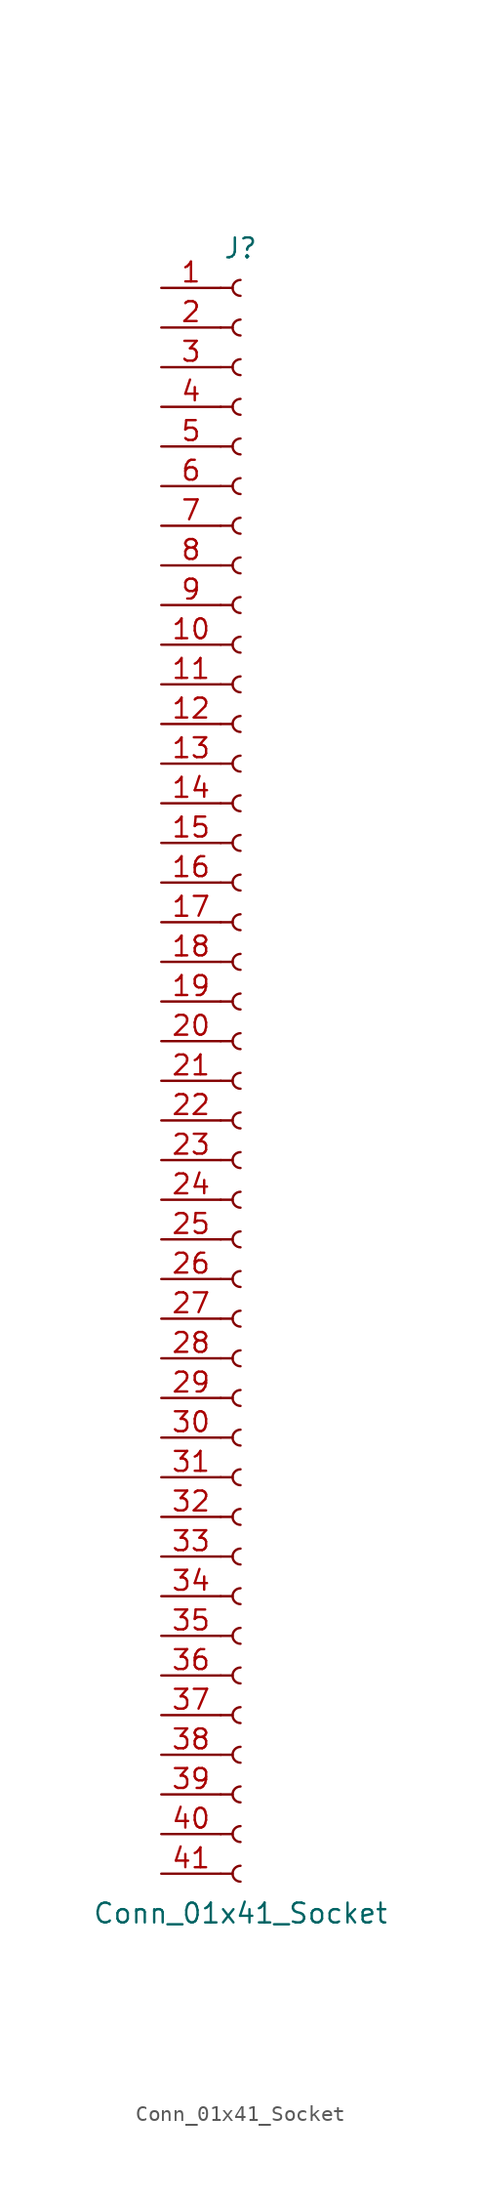
<source format=kicad_sym>
(kicad_symbol_lib
  (version 20220914)
  (generator kicad_symbol_editor)
  (symbol "Conn_01x41_Socket"
    (pin_names
      (offset 1.016) hide)
    (property "Reference" "J"
      (at 0 53.34 0)
      (effects (font (size 1.27 1.27))))
    (property "Value" "Conn_01x41_Socket"
      (at 0 -53.34 0)
      (effects (font (size 1.27 1.27))))
    (property "ki_locked" ""
      (at 0 0 0)
      (effects (font (size 1.27 1.27))))
    (symbol "Conn_01x41_Socket_1_1"
      (arc (start 0 -50.292) (mid -0.5058 -50.8) (end 0 -51.308) (stroke (width 0.1524) (type default)) (fill (type none)))
      (arc (start 0 -47.752) (mid -0.5058 -48.26) (end 0 -48.768) (stroke (width 0.1524) (type default)) (fill (type none)))
      (arc (start 0 -45.212) (mid -0.5058 -45.72) (end 0 -46.228) (stroke (width 0.1524) (type default)) (fill (type none)))
      (arc (start 0 -42.672) (mid -0.5058 -43.18) (end 0 -43.688) (stroke (width 0.1524) (type default)) (fill (type none)))
      (arc (start 0 -40.132) (mid -0.5058 -40.64) (end 0 -41.148) (stroke (width 0.1524) (type default)) (fill (type none)))
      (arc (start 0 -37.592) (mid -0.5058 -38.1) (end 0 -38.608) (stroke (width 0.1524) (type default)) (fill (type none)))
      (arc (start 0 -35.052) (mid -0.5058 -35.56) (end 0 -36.068) (stroke (width 0.1524) (type default)) (fill (type none)))
      (arc (start 0 -32.512) (mid -0.5058 -33.02) (end 0 -33.528) (stroke (width 0.1524) (type default)) (fill (type none)))
      (arc (start 0 -29.972) (mid -0.5058 -30.48) (end 0 -30.988) (stroke (width 0.1524) (type default)) (fill (type none)))
      (arc (start 0 -27.432) (mid -0.5058 -27.94) (end 0 -28.448) (stroke (width 0.1524) (type default)) (fill (type none)))
      (arc (start 0 -24.892) (mid -0.5058 -25.4) (end 0 -25.908) (stroke (width 0.1524) (type default)) (fill (type none)))
      (arc (start 0 -22.352) (mid -0.5058 -22.86) (end 0 -23.368) (stroke (width 0.1524) (type default)) (fill (type none)))
      (arc (start 0 -19.812) (mid -0.5058 -20.32) (end 0 -20.828) (stroke (width 0.1524) (type default)) (fill (type none)))
      (arc (start 0 -17.272) (mid -0.5058 -17.78) (end 0 -18.288) (stroke (width 0.1524) (type default)) (fill (type none)))
      (arc (start 0 -14.732) (mid -0.5058 -15.24) (end 0 -15.748) (stroke (width 0.1524) (type default)) (fill (type none)))
      (arc (start 0 -12.192) (mid -0.5058 -12.7) (end 0 -13.208) (stroke (width 0.1524) (type default)) (fill (type none)))
      (arc (start 0 -9.652) (mid -0.5058 -10.16) (end 0 -10.668) (stroke (width 0.1524) (type default)) (fill (type none)))
      (arc (start 0 -7.112) (mid -0.5058 -7.62) (end 0 -8.128) (stroke (width 0.1524) (type default)) (fill (type none)))
      (arc (start 0 -4.572) (mid -0.5058 -5.08) (end 0 -5.588) (stroke (width 0.1524) (type default)) (fill (type none)))
      (arc (start 0 -2.032) (mid -0.5058 -2.54) (end 0 -3.048) (stroke (width 0.1524) (type default)) (fill (type none)))
      (polyline (pts (xy -1.27 -50.8) (xy -0.508 -50.8)) (stroke (width 0.152) (type default)) (fill (type none)))
      (polyline (pts (xy -1.27 -48.26) (xy -0.508 -48.26)) (stroke (width 0.152) (type default)) (fill (type none)))
      (polyline (pts (xy -1.27 -45.72) (xy -0.508 -45.72)) (stroke (width 0.152) (type default)) (fill (type none)))
      (polyline (pts (xy -1.27 -43.18) (xy -0.508 -43.18)) (stroke (width 0.152) (type default)) (fill (type none)))
      (polyline (pts (xy -1.27 -40.64) (xy -0.508 -40.64)) (stroke (width 0.152) (type default)) (fill (type none)))
      (polyline (pts (xy -1.27 -38.1) (xy -0.508 -38.1)) (stroke (width 0.152) (type default)) (fill (type none)))
      (polyline (pts (xy -1.27 -35.56) (xy -0.508 -35.56)) (stroke (width 0.152) (type default)) (fill (type none)))
      (polyline (pts (xy -1.27 -33.02) (xy -0.508 -33.02)) (stroke (width 0.152) (type default)) (fill (type none)))
      (polyline (pts (xy -1.27 -30.48) (xy -0.508 -30.48)) (stroke (width 0.152) (type default)) (fill (type none)))
      (polyline (pts (xy -1.27 -27.94) (xy -0.508 -27.94)) (stroke (width 0.152) (type default)) (fill (type none)))
      (polyline (pts (xy -1.27 -25.4) (xy -0.508 -25.4)) (stroke (width 0.152) (type default)) (fill (type none)))
      (polyline (pts (xy -1.27 -22.86) (xy -0.508 -22.86)) (stroke (width 0.152) (type default)) (fill (type none)))
      (polyline (pts (xy -1.27 -20.32) (xy -0.508 -20.32)) (stroke (width 0.152) (type default)) (fill (type none)))
      (polyline (pts (xy -1.27 -17.78) (xy -0.508 -17.78)) (stroke (width 0.152) (type default)) (fill (type none)))
      (polyline (pts (xy -1.27 -15.24) (xy -0.508 -15.24)) (stroke (width 0.152) (type default)) (fill (type none)))
      (polyline (pts (xy -1.27 -12.7) (xy -0.508 -12.7)) (stroke (width 0.152) (type default)) (fill (type none)))
      (polyline (pts (xy -1.27 -10.16) (xy -0.508 -10.16)) (stroke (width 0.152) (type default)) (fill (type none)))
      (polyline (pts (xy -1.27 -7.62) (xy -0.508 -7.62)) (stroke (width 0.152) (type default)) (fill (type none)))
      (polyline (pts (xy -1.27 -5.08) (xy -0.508 -5.08)) (stroke (width 0.152) (type default)) (fill (type none)))
      (polyline (pts (xy -1.27 -2.54) (xy -0.508 -2.54)) (stroke (width 0.152) (type default)) (fill (type none)))
      (polyline (pts (xy -1.27 0) (xy -0.508 0)) (stroke (width 0.152) (type default)) (fill (type none)))
      (polyline (pts (xy -1.27 2.54) (xy -0.508 2.54)) (stroke (width 0.152) (type default)) (fill (type none)))
      (polyline (pts (xy -1.27 5.08) (xy -0.508 5.08)) (stroke (width 0.152) (type default)) (fill (type none)))
      (polyline (pts (xy -1.27 7.62) (xy -0.508 7.62)) (stroke (width 0.152) (type default)) (fill (type none)))
      (polyline (pts (xy -1.27 10.16) (xy -0.508 10.16)) (stroke (width 0.152) (type default)) (fill (type none)))
      (polyline (pts (xy -1.27 12.7) (xy -0.508 12.7)) (stroke (width 0.152) (type default)) (fill (type none)))
      (polyline (pts (xy -1.27 15.24) (xy -0.508 15.24)) (stroke (width 0.152) (type default)) (fill (type none)))
      (polyline (pts (xy -1.27 17.78) (xy -0.508 17.78)) (stroke (width 0.152) (type default)) (fill (type none)))
      (polyline (pts (xy -1.27 20.32) (xy -0.508 20.32)) (stroke (width 0.152) (type default)) (fill (type none)))
      (polyline (pts (xy -1.27 22.86) (xy -0.508 22.86)) (stroke (width 0.152) (type default)) (fill (type none)))
      (polyline (pts (xy -1.27 25.4) (xy -0.508 25.4)) (stroke (width 0.152) (type default)) (fill (type none)))
      (polyline (pts (xy -1.27 27.94) (xy -0.508 27.94)) (stroke (width 0.152) (type default)) (fill (type none)))
      (polyline (pts (xy -1.27 30.48) (xy -0.508 30.48)) (stroke (width 0.152) (type default)) (fill (type none)))
      (polyline (pts (xy -1.27 33.02) (xy -0.508 33.02)) (stroke (width 0.152) (type default)) (fill (type none)))
      (polyline (pts (xy -1.27 35.56) (xy -0.508 35.56)) (stroke (width 0.152) (type default)) (fill (type none)))
      (polyline (pts (xy -1.27 38.1) (xy -0.508 38.1)) (stroke (width 0.152) (type default)) (fill (type none)))
      (polyline (pts (xy -1.27 40.64) (xy -0.508 40.64)) (stroke (width 0.152) (type default)) (fill (type none)))
      (polyline (pts (xy -1.27 43.18) (xy -0.508 43.18)) (stroke (width 0.152) (type default)) (fill (type none)))
      (polyline (pts (xy -1.27 45.72) (xy -0.508 45.72)) (stroke (width 0.152) (type default)) (fill (type none)))
      (polyline (pts (xy -1.27 48.26) (xy -0.508 48.26)) (stroke (width 0.152) (type default)) (fill (type none)))
      (polyline (pts (xy -1.27 50.8) (xy -0.508 50.8)) (stroke (width 0.152) (type default)) (fill (type none)))
      (arc (start 0 0.508) (mid -0.5058 0) (end 0 -0.508) (stroke (width 0.1524) (type default)) (fill (type none)))
      (arc (start 0 3.048) (mid -0.5058 2.54) (end 0 2.032) (stroke (width 0.1524) (type default)) (fill (type none)))
      (arc (start 0 5.588) (mid -0.5058 5.08) (end 0 4.572) (stroke (width 0.1524) (type default)) (fill (type none)))
      (arc (start 0 8.128) (mid -0.5058 7.62) (end 0 7.112) (stroke (width 0.1524) (type default)) (fill (type none)))
      (arc (start 0 10.668) (mid -0.5058 10.16) (end 0 9.652) (stroke (width 0.1524) (type default)) (fill (type none)))
      (arc (start 0 13.208) (mid -0.5058 12.7) (end 0 12.192) (stroke (width 0.1524) (type default)) (fill (type none)))
      (arc (start 0 15.748) (mid -0.5058 15.24) (end 0 14.732) (stroke (width 0.1524) (type default)) (fill (type none)))
      (arc (start 0 18.288) (mid -0.5058 17.78) (end 0 17.272) (stroke (width 0.1524) (type default)) (fill (type none)))
      (arc (start 0 20.828) (mid -0.5058 20.32) (end 0 19.812) (stroke (width 0.1524) (type default)) (fill (type none)))
      (arc (start 0 23.368) (mid -0.5058 22.86) (end 0 22.352) (stroke (width 0.1524) (type default)) (fill (type none)))
      (arc (start 0 25.908) (mid -0.5058 25.4) (end 0 24.892) (stroke (width 0.1524) (type default)) (fill (type none)))
      (arc (start 0 28.448) (mid -0.5058 27.94) (end 0 27.432) (stroke (width 0.1524) (type default)) (fill (type none)))
      (arc (start 0 30.988) (mid -0.5058 30.48) (end 0 29.972) (stroke (width 0.1524) (type default)) (fill (type none)))
      (arc (start 0 33.528) (mid -0.5058 33.02) (end 0 32.512) (stroke (width 0.1524) (type default)) (fill (type none)))
      (arc (start 0 36.068) (mid -0.5058 35.56) (end 0 35.052) (stroke (width 0.1524) (type default)) (fill (type none)))
      (arc (start 0 38.608) (mid -0.5058 38.1) (end 0 37.592) (stroke (width 0.1524) (type default)) (fill (type none)))
      (arc (start 0 41.148) (mid -0.5058 40.64) (end 0 40.132) (stroke (width 0.1524) (type default)) (fill (type none)))
      (arc (start 0 43.688) (mid -0.5058 43.18) (end 0 42.672) (stroke (width 0.1524) (type default)) (fill (type none)))
      (arc (start 0 46.228) (mid -0.5058 45.72) (end 0 45.212) (stroke (width 0.1524) (type default)) (fill (type none)))
      (arc (start 0 48.768) (mid -0.5058 48.26) (end 0 47.752) (stroke (width 0.1524) (type default)) (fill (type none)))
      (arc (start 0 51.308) (mid -0.5058 50.8) (end 0 50.292) (stroke (width 0.1524) (type default)) (fill (type none)))
      (pin passive line (at -5.08 50.8 0) (length 3.81) (name "Pin_1" (effects (font (size 1.27 1.27)))) (number "1" (effects (font (size 1.27 1.27)))))
      (pin passive line (at -5.08 27.94 0) (length 3.81) (name "Pin_10" (effects (font (size 1.27 1.27)))) (number "10" (effects (font (size 1.27 1.27)))))
      (pin passive line (at -5.08 25.4 0) (length 3.81) (name "Pin_11" (effects (font (size 1.27 1.27)))) (number "11" (effects (font (size 1.27 1.27)))))
      (pin passive line (at -5.08 22.86 0) (length 3.81) (name "Pin_12" (effects (font (size 1.27 1.27)))) (number "12" (effects (font (size 1.27 1.27)))))
      (pin passive line (at -5.08 20.32 0) (length 3.81) (name "Pin_13" (effects (font (size 1.27 1.27)))) (number "13" (effects (font (size 1.27 1.27)))))
      (pin passive line (at -5.08 17.78 0) (length 3.81) (name "Pin_14" (effects (font (size 1.27 1.27)))) (number "14" (effects (font (size 1.27 1.27)))))
      (pin passive line (at -5.08 15.24 0) (length 3.81) (name "Pin_15" (effects (font (size 1.27 1.27)))) (number "15" (effects (font (size 1.27 1.27)))))
      (pin passive line (at -5.08 12.7 0) (length 3.81) (name "Pin_16" (effects (font (size 1.27 1.27)))) (number "16" (effects (font (size 1.27 1.27)))))
      (pin passive line (at -5.08 10.16 0) (length 3.81) (name "Pin_17" (effects (font (size 1.27 1.27)))) (number "17" (effects (font (size 1.27 1.27)))))
      (pin passive line (at -5.08 7.62 0) (length 3.81) (name "Pin_18" (effects (font (size 1.27 1.27)))) (number "18" (effects (font (size 1.27 1.27)))))
      (pin passive line (at -5.08 5.08 0) (length 3.81) (name "Pin_19" (effects (font (size 1.27 1.27)))) (number "19" (effects (font (size 1.27 1.27)))))
      (pin passive line (at -5.08 48.26 0) (length 3.81) (name "Pin_2" (effects (font (size 1.27 1.27)))) (number "2" (effects (font (size 1.27 1.27)))))
      (pin passive line (at -5.08 2.54 0) (length 3.81) (name "Pin_20" (effects (font (size 1.27 1.27)))) (number "20" (effects (font (size 1.27 1.27)))))
      (pin passive line (at -5.08 0 0) (length 3.81) (name "Pin_21" (effects (font (size 1.27 1.27)))) (number "21" (effects (font (size 1.27 1.27)))))
      (pin passive line (at -5.08 -2.54 0) (length 3.81) (name "Pin_22" (effects (font (size 1.27 1.27)))) (number "22" (effects (font (size 1.27 1.27)))))
      (pin passive line (at -5.08 -5.08 0) (length 3.81) (name "Pin_23" (effects (font (size 1.27 1.27)))) (number "23" (effects (font (size 1.27 1.27)))))
      (pin passive line (at -5.08 -7.62 0) (length 3.81) (name "Pin_24" (effects (font (size 1.27 1.27)))) (number "24" (effects (font (size 1.27 1.27)))))
      (pin passive line (at -5.08 -10.16 0) (length 3.81) (name "Pin_25" (effects (font (size 1.27 1.27)))) (number "25" (effects (font (size 1.27 1.27)))))
      (pin passive line (at -5.08 -12.7 0) (length 3.81) (name "Pin_26" (effects (font (size 1.27 1.27)))) (number "26" (effects (font (size 1.27 1.27)))))
      (pin passive line (at -5.08 -15.24 0) (length 3.81) (name "Pin_27" (effects (font (size 1.27 1.27)))) (number "27" (effects (font (size 1.27 1.27)))))
      (pin passive line (at -5.08 -17.78 0) (length 3.81) (name "Pin_28" (effects (font (size 1.27 1.27)))) (number "28" (effects (font (size 1.27 1.27)))))
      (pin passive line (at -5.08 -20.32 0) (length 3.81) (name "Pin_29" (effects (font (size 1.27 1.27)))) (number "29" (effects (font (size 1.27 1.27)))))
      (pin passive line (at -5.08 45.72 0) (length 3.81) (name "Pin_3" (effects (font (size 1.27 1.27)))) (number "3" (effects (font (size 1.27 1.27)))))
      (pin passive line (at -5.08 -22.86 0) (length 3.81) (name "Pin_30" (effects (font (size 1.27 1.27)))) (number "30" (effects (font (size 1.27 1.27)))))
      (pin passive line (at -5.08 -25.4 0) (length 3.81) (name "Pin_31" (effects (font (size 1.27 1.27)))) (number "31" (effects (font (size 1.27 1.27)))))
      (pin passive line (at -5.08 -27.94 0) (length 3.81) (name "Pin_32" (effects (font (size 1.27 1.27)))) (number "32" (effects (font (size 1.27 1.27)))))
      (pin passive line (at -5.08 -30.48 0) (length 3.81) (name "Pin_33" (effects (font (size 1.27 1.27)))) (number "33" (effects (font (size 1.27 1.27)))))
      (pin passive line (at -5.08 -33.02 0) (length 3.81) (name "Pin_34" (effects (font (size 1.27 1.27)))) (number "34" (effects (font (size 1.27 1.27)))))
      (pin passive line (at -5.08 -35.56 0) (length 3.81) (name "Pin_35" (effects (font (size 1.27 1.27)))) (number "35" (effects (font (size 1.27 1.27)))))
      (pin passive line (at -5.08 -38.1 0) (length 3.81) (name "Pin_36" (effects (font (size 1.27 1.27)))) (number "36" (effects (font (size 1.27 1.27)))))
      (pin passive line (at -5.08 -40.64 0) (length 3.81) (name "Pin_37" (effects (font (size 1.27 1.27)))) (number "37" (effects (font (size 1.27 1.27)))))
      (pin passive line (at -5.08 -43.18 0) (length 3.81) (name "Pin_38" (effects (font (size 1.27 1.27)))) (number "38" (effects (font (size 1.27 1.27)))))
      (pin passive line (at -5.08 -45.72 0) (length 3.81) (name "Pin_39" (effects (font (size 1.27 1.27)))) (number "39" (effects (font (size 1.27 1.27)))))
      (pin passive line (at -5.08 43.18 0) (length 3.81) (name "Pin_4" (effects (font (size 1.27 1.27)))) (number "4" (effects (font (size 1.27 1.27)))))
      (pin passive line (at -5.08 -48.26 0) (length 3.81) (name "Pin_40" (effects (font (size 1.27 1.27)))) (number "40" (effects (font (size 1.27 1.27)))))
      (pin passive line (at -5.08 -50.8 0) (length 3.81) (name "Pin_41" (effects (font (size 1.27 1.27)))) (number "41" (effects (font (size 1.27 1.27)))))
      (pin passive line (at -5.08 40.64 0) (length 3.81) (name "Pin_5" (effects (font (size 1.27 1.27)))) (number "5" (effects (font (size 1.27 1.27)))))
      (pin passive line (at -5.08 38.1 0) (length 3.81) (name "Pin_6" (effects (font (size 1.27 1.27)))) (number "6" (effects (font (size 1.27 1.27)))))
      (pin passive line (at -5.08 35.56 0) (length 3.81) (name "Pin_7" (effects (font (size 1.27 1.27)))) (number "7" (effects (font (size 1.27 1.27)))))
      (pin passive line (at -5.08 33.02 0) (length 3.81) (name "Pin_8" (effects (font (size 1.27 1.27)))) (number "8" (effects (font (size 1.27 1.27)))))
      (pin passive line (at -5.08 30.48 0) (length 3.81) (name "Pin_9" (effects (font (size 1.27 1.27)))) (number "9" (effects (font (size 1.27 1.27))))))))
</source>
